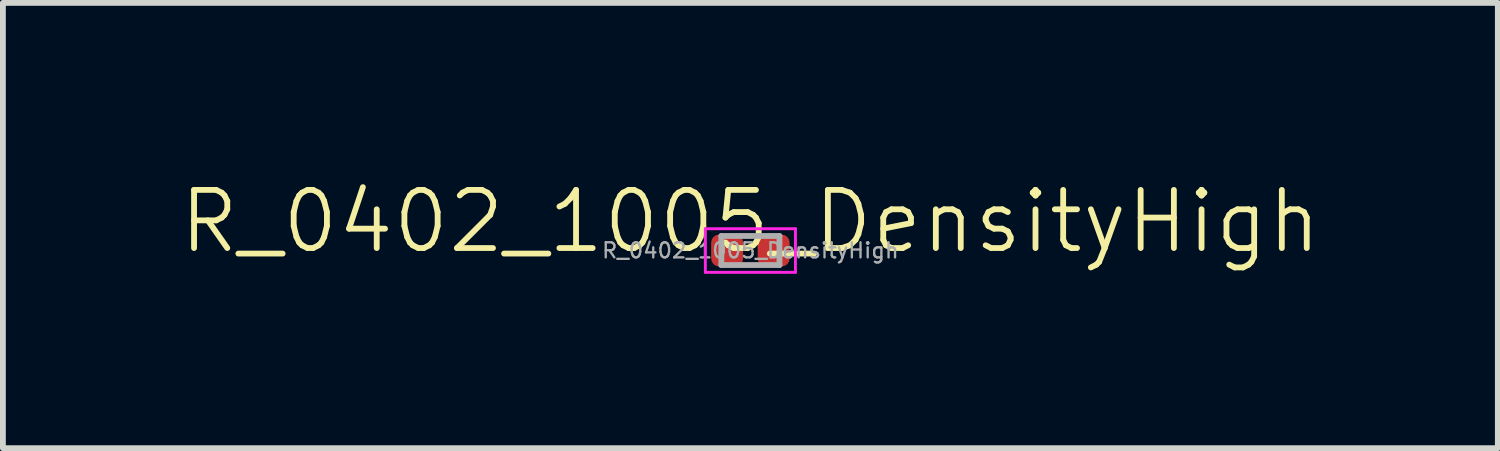
<source format=kicad_pcb>
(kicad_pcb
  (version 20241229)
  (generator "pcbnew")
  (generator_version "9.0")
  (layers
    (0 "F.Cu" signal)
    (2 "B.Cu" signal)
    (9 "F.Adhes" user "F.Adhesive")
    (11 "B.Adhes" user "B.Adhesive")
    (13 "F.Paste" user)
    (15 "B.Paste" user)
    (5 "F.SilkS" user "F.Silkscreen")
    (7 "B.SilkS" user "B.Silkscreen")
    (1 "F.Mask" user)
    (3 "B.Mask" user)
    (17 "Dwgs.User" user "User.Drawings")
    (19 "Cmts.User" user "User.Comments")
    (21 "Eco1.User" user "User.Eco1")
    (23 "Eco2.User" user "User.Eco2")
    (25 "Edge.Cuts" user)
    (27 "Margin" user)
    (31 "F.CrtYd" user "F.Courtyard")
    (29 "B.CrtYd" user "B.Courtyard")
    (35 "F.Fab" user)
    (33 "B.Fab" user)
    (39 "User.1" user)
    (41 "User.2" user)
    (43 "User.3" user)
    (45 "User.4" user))
  (footprint "R_0402_1005_DensityHigh"
    (layer "F.Cu")
    (at 9.86 1.26)
    (property "Reference" "R_0402_1005_DensityHigh" (at 0 -0.5 0) (unlocked yes) (layer "F.SilkS") (effects (font (size 1 1) (thickness 0.1))))
    (attr smd)
    (fp_line (start -0.775 -0.375) (end 0.775 -0.375) (stroke (width 0.05) (type solid)) (layer "F.CrtYd"))
    (fp_line (start -0.775 0.375) (end -0.775 -0.375) (stroke (width 0.05) (type solid)) (layer "F.CrtYd"))
    (fp_line (start 0.775 -0.375) (end 0.775 0.375) (stroke (width 0.05) (type solid)) (layer "F.CrtYd"))
    (fp_line (start 0.775 0.375) (end -0.775 0.375) (stroke (width 0.05) (type solid)) (layer "F.CrtYd"))
    (fp_line (start -0.5 -0.25) (end 0.5 -0.25) (stroke (width 0.1) (type solid)) (layer "F.Fab"))
    (fp_line (start -0.5 0.25) (end -0.5 -0.25) (stroke (width 0.1) (type solid)) (layer "F.Fab"))
    (fp_line (start 0.5 -0.25) (end 0.5 0.25) (stroke (width 0.1) (type solid)) (layer "F.Fab"))
    (fp_line (start 0.5 0.25) (end -0.5 0.25) (stroke (width 0.1) (type solid)) (layer "F.Fab"))
    (fp_text user "${REFERENCE}" (at 0 0 0) (layer "F.Fab") (effects (font (size 0.26 0.26) (thickness 0.04))))
    (pad "1" smd roundrect (at -0.4 0) (size 0.55 0.55) (layers "F.Cu" "F.Mask" "F.Paste") (roundrect_rratio 0.25))
    (pad "2" smd roundrect (at 0.4 0) (size 0.55 0.55) (layers "F.Cu" "F.Mask" "F.Paste") (roundrect_rratio 0.25)))
  (gr_rect
    (start -3 -3)
    (end 22.719 4.66)
    (stroke (width 0.1) (type default))
    (fill no)
    (layer "Edge.Cuts")))
</source>
